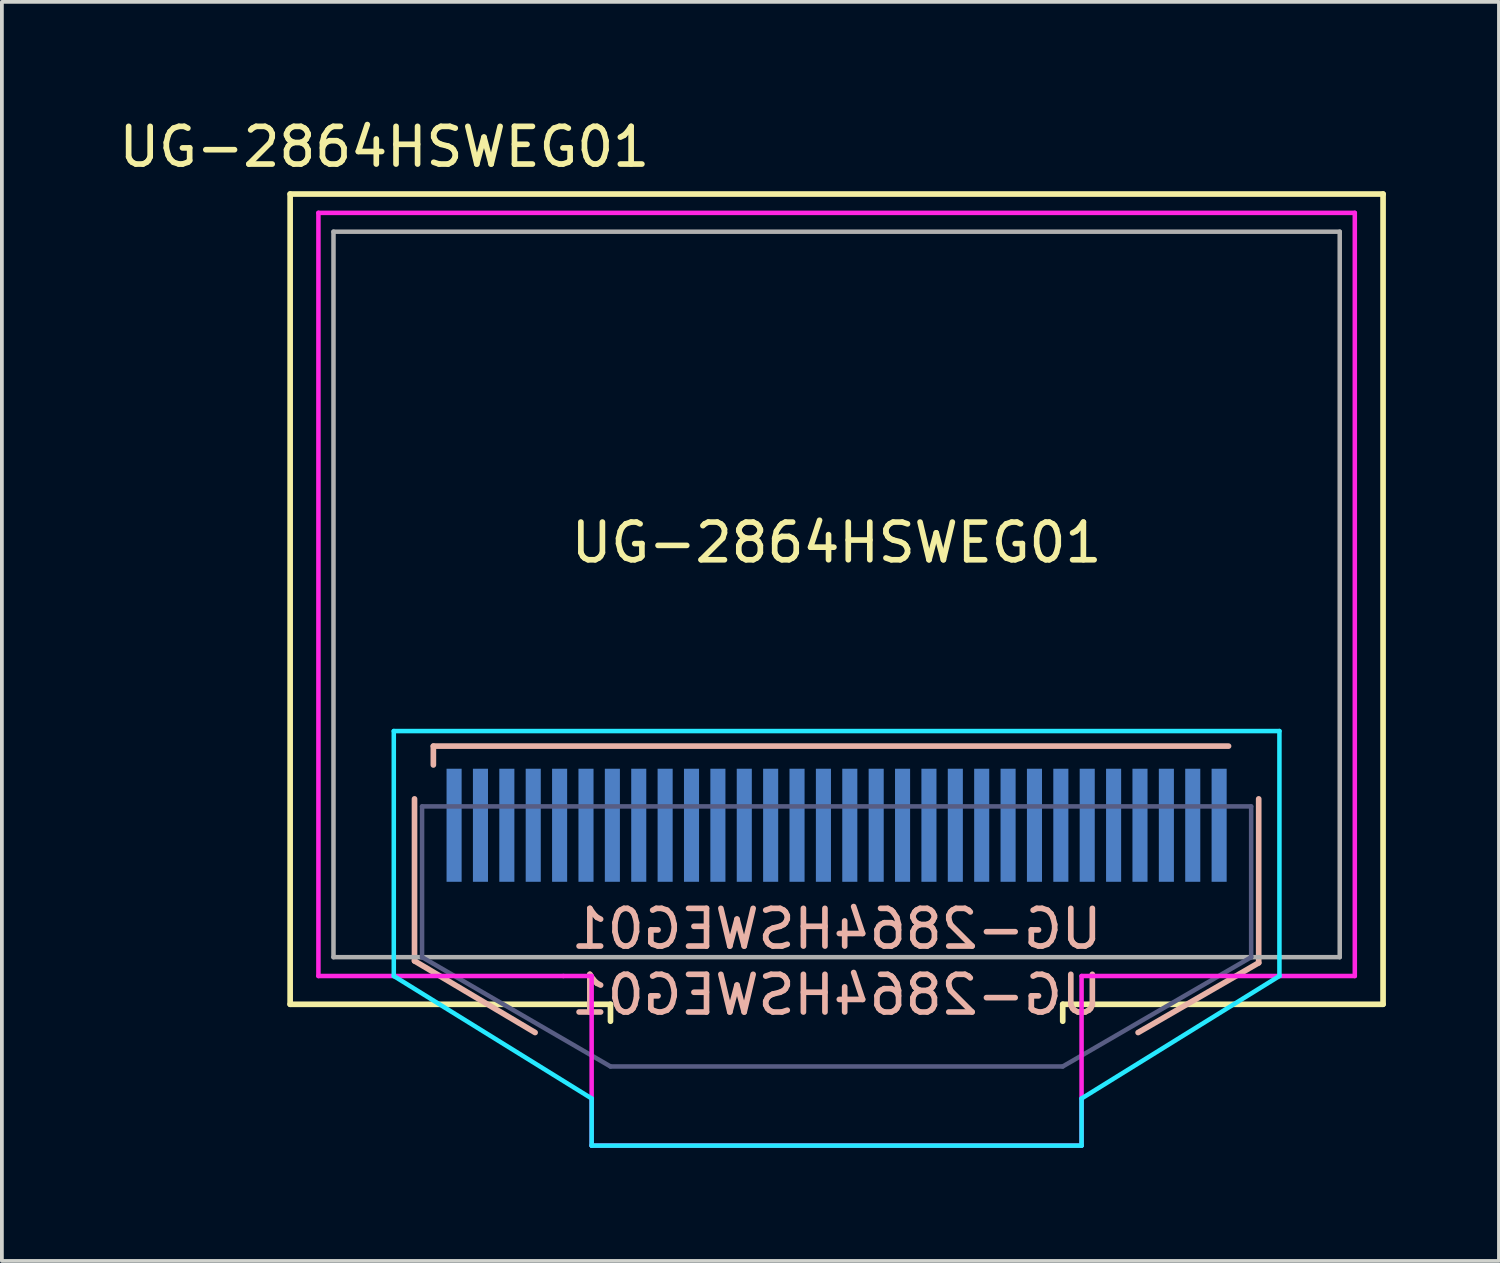
<source format=kicad_pcb>
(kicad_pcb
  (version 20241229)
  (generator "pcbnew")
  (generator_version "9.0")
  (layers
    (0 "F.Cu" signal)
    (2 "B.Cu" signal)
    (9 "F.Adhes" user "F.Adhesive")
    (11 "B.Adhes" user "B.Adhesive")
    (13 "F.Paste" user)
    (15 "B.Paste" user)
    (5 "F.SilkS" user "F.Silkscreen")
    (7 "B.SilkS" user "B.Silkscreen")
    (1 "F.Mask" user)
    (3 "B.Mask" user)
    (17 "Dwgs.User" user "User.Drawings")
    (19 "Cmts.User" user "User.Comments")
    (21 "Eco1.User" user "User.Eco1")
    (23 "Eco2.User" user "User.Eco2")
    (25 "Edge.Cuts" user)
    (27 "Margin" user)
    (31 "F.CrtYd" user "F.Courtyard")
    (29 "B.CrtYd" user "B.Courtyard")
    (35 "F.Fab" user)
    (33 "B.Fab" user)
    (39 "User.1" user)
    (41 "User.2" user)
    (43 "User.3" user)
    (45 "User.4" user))
  (footprint "UG-2864HSWEG01"
    (layer "F.Cu")
    (at 19.149 18.848)
    (property "Reference" "UG-2864HSWEG01" (at -12 -18 0) (layer "F.SilkS") (effects (font (size 1 1) (thickness 0.15))))
    (property "Value" "UG-2864HSWEG01" (at 0 -7.5 0) (layer "F.Fab") (hide yes) (effects (font (size 1 1) (thickness 0.15))))
    (attr through_hole)
    (fp_line (start -14.5 -16.75) (end 14.5 -16.75) (stroke (width 0.15) (type solid)) (layer "F.SilkS"))
    (fp_line (start -14.5 4.75) (end -14.5 -16.75) (stroke (width 0.15) (type solid)) (layer "F.SilkS"))
    (fp_line (start -6 4.75) (end -14.5 4.75) (stroke (width 0.15) (type solid)) (layer "F.SilkS"))
    (fp_line (start -6 5.2) (end -6 4.75) (stroke (width 0.15) (type solid)) (layer "F.SilkS"))
    (fp_line (start 6 4.75) (end 14.5 4.75) (stroke (width 0.15) (type solid)) (layer "F.SilkS"))
    (fp_line (start 6 5.2) (end 6 4.75) (stroke (width 0.15) (type solid)) (layer "F.SilkS"))
    (fp_line (start 14.5 -16.75) (end 14.5 4.75) (stroke (width 0.15) (type solid)) (layer "F.SilkS"))
    (fp_line (start -11.2 -0.7) (end -11.2 3.6) (stroke (width 0.15) (type solid)) (layer "B.SilkS"))
    (fp_line (start -11.2 3.6) (end -8 5.5) (stroke (width 0.15) (type solid)) (layer "B.SilkS"))
    (fp_line (start -10.7 -2.1) (end 10.4 -2.1) (stroke (width 0.15) (type solid)) (layer "B.SilkS"))
    (fp_line (start -10.7 -1.6) (end -10.7 -2.1) (stroke (width 0.15) (type solid)) (layer "B.SilkS"))
    (fp_line (start 11.2 -0.7) (end 11.2 3.65) (stroke (width 0.15) (type solid)) (layer "B.SilkS"))
    (fp_line (start 11.2 3.65) (end 8 5.5) (stroke (width 0.15) (type solid)) (layer "B.SilkS"))
    (fp_line (start -11.75 -2.5) (end -11.75 4) (stroke (width 0.12) (type solid)) (layer "B.CrtYd"))
    (fp_line (start -11.75 -2.5) (end 11.75 -2.5) (stroke (width 0.12) (type solid)) (layer "B.CrtYd"))
    (fp_line (start -11.75 4) (end -6.5 7.25) (stroke (width 0.12) (type solid)) (layer "B.CrtYd"))
    (fp_line (start -6.5 7.25) (end -6.5 8.5) (stroke (width 0.12) (type solid)) (layer "B.CrtYd"))
    (fp_line (start 6.5 7.25) (end 6.5 8.5) (stroke (width 0.12) (type solid)) (layer "B.CrtYd"))
    (fp_line (start 6.5 7.25) (end 11.75 4) (stroke (width 0.12) (type solid)) (layer "B.CrtYd"))
    (fp_line (start 6.5 8.5) (end -6.5 8.5) (stroke (width 0.12) (type solid)) (layer "B.CrtYd"))
    (fp_line (start 11.75 -2.5) (end 11.75 4) (stroke (width 0.12) (type solid)) (layer "B.CrtYd"))
    (fp_line (start -13.75 -16.25) (end -13.75 4) (stroke (width 0.12) (type solid)) (layer "F.CrtYd"))
    (fp_line (start -13.75 4) (end -7.25 4) (stroke (width 0.12) (type solid)) (layer "F.CrtYd"))
    (fp_line (start -7.25 4) (end -6.5 4) (stroke (width 0.12) (type solid)) (layer "F.CrtYd"))
    (fp_line (start -6.5 4) (end -6.5 8.5) (stroke (width 0.12) (type solid)) (layer "F.CrtYd"))
    (fp_line (start -6.5 8.5) (end 6.5 8.5) (stroke (width 0.12) (type solid)) (layer "F.CrtYd"))
    (fp_line (start 6.5 4) (end 13.75 4) (stroke (width 0.12) (type solid)) (layer "F.CrtYd"))
    (fp_line (start 6.5 8.5) (end 6.5 4) (stroke (width 0.12) (type solid)) (layer "F.CrtYd"))
    (fp_line (start 13.75 -16.25) (end -13.75 -16.25) (stroke (width 0.12) (type solid)) (layer "F.CrtYd"))
    (fp_line (start 13.75 4) (end 13.75 -16.25) (stroke (width 0.12) (type solid)) (layer "F.CrtYd"))
    (fp_line (start -11 -0.5) (end -11 3.5) (stroke (width 0.12) (type solid)) (layer "B.Fab"))
    (fp_line (start -11 -0.5) (end 11 -0.5) (stroke (width 0.12) (type solid)) (layer "B.Fab"))
    (fp_line (start -11 3.5) (end -6 6.4) (stroke (width 0.12) (type solid)) (layer "B.Fab"))
    (fp_line (start -6 6.4) (end 6 6.4) (stroke (width 0.12) (type solid)) (layer "B.Fab"))
    (fp_line (start 11 -0.5) (end 11 3.5) (stroke (width 0.12) (type solid)) (layer "B.Fab"))
    (fp_line (start 11 3.5) (end 6 6.4) (stroke (width 0.12) (type solid)) (layer "B.Fab"))
    (fp_line (start -13.35 -15.75) (end 13.35 -15.75) (stroke (width 0.12) (type solid)) (layer "F.Fab"))
    (fp_line (start -13.35 3.5) (end -13.35 -15.75) (stroke (width 0.12) (type solid)) (layer "F.Fab"))
    (fp_line (start -13.35 3.5) (end 13.35 3.5) (stroke (width 0.12) (type solid)) (layer "F.Fab"))
    (fp_line (start 13.35 3.5) (end 13.35 -15.75) (stroke (width 0.12) (type solid)) (layer "F.Fab"))
    (fp_text user "${VALUE}" (at 0 -7.5 0) (layer "F.SilkS") (effects (font (size 1 1) (thickness 0.15))))
    (fp_text user "${VALUE}" (at 0 2.75 0) (layer "B.SilkS") (effects (font (size 1 1) (thickness 0.15)) (justify mirror)))
    (fp_text user "${REFERENCE}" (at 0 4.5 0) (layer "B.SilkS") (effects (font (size 1 1) (thickness 0.15)) (justify mirror)))
    (pad "1" smd rect (at -10.15 0 180) (size 0.4 3) (layers "B.Cu" "B.Mask" "B.Paste"))
    (pad "2" smd rect (at -9.45 0 180) (size 0.4 3) (layers "B.Cu" "B.Mask" "B.Paste"))
    (pad "3" smd rect (at -8.75 0 180) (size 0.4 3) (layers "B.Cu" "B.Mask" "B.Paste"))
    (pad "4" smd rect (at -8.05 0 180) (size 0.4 3) (layers "B.Cu" "B.Mask" "B.Paste"))
    (pad "5" smd rect (at -7.35 0 180) (size 0.4 3) (layers "B.Cu" "B.Mask" "B.Paste"))
    (pad "6" smd rect (at -6.65 0 180) (size 0.4 3) (layers "B.Cu" "B.Mask" "B.Paste"))
    (pad "7" smd rect (at -5.95 0 180) (size 0.4 3) (layers "B.Cu" "B.Mask" "B.Paste"))
    (pad "8" smd rect (at -5.25 0 180) (size 0.4 3) (layers "B.Cu" "B.Mask" "B.Paste"))
    (pad "9" smd rect (at -4.55 0 180) (size 0.4 3) (layers "B.Cu" "B.Mask" "B.Paste"))
    (pad "10" smd rect (at -3.85 0 180) (size 0.4 3) (layers "B.Cu" "B.Mask" "B.Paste"))
    (pad "11" smd rect (at -3.15 0 180) (size 0.4 3) (layers "B.Cu" "B.Mask" "B.Paste"))
    (pad "12" smd rect (at -2.45 0 180) (size 0.4 3) (layers "B.Cu" "B.Mask" "B.Paste"))
    (pad "13" smd rect (at -1.75 0 180) (size 0.4 3) (layers "B.Cu" "B.Mask" "B.Paste"))
    (pad "14" smd rect (at -1.05 0 180) (size 0.4 3) (layers "B.Cu" "B.Mask" "B.Paste"))
    (pad "15" smd rect (at -0.35 0 180) (size 0.4 3) (layers "B.Cu" "B.Mask" "B.Paste"))
    (pad "16" smd rect (at 0.35 0 180) (size 0.4 3) (layers "B.Cu" "B.Mask" "B.Paste"))
    (pad "17" smd rect (at 1.05 0 180) (size 0.4 3) (layers "B.Cu" "B.Mask" "B.Paste"))
    (pad "18" smd rect (at 1.75 0 180) (size 0.4 3) (layers "B.Cu" "B.Mask" "B.Paste"))
    (pad "19" smd rect (at 2.45 0 180) (size 0.4 3) (layers "B.Cu" "B.Mask" "B.Paste"))
    (pad "20" smd rect (at 3.15 0 180) (size 0.4 3) (layers "B.Cu" "B.Mask" "B.Paste"))
    (pad "21" smd rect (at 3.85 0 180) (size 0.4 3) (layers "B.Cu" "B.Mask" "B.Paste"))
    (pad "22" smd rect (at 4.55 0 180) (size 0.4 3) (layers "B.Cu" "B.Mask" "B.Paste"))
    (pad "23" smd rect (at 5.25 0 180) (size 0.4 3) (layers "B.Cu" "B.Mask" "B.Paste"))
    (pad "24" smd rect (at 5.95 0 180) (size 0.4 3) (layers "B.Cu" "B.Mask" "B.Paste"))
    (pad "25" smd rect (at 6.65 0 180) (size 0.4 3) (layers "B.Cu" "B.Mask" "B.Paste"))
    (pad "26" smd rect (at 7.35 0 180) (size 0.4 3) (layers "B.Cu" "B.Mask" "B.Paste"))
    (pad "27" smd rect (at 8.05 0 180) (size 0.4 3) (layers "B.Cu" "B.Mask" "B.Paste"))
    (pad "28" smd rect (at 8.75 0 180) (size 0.4 3) (layers "B.Cu" "B.Mask" "B.Paste"))
    (pad "29" smd rect (at 9.45 0 180) (size 0.4 3) (layers "B.Cu" "B.Mask" "B.Paste"))
    (pad "30" smd rect (at 10.15 0 180) (size 0.4 3) (layers "B.Cu" "B.Mask" "B.Paste")))
  (gr_rect
    (start -3 -3)
    (end 36.724 30.408)
    (stroke (width 0.1) (type default))
    (fill no)
    (layer "Edge.Cuts")))
</source>
